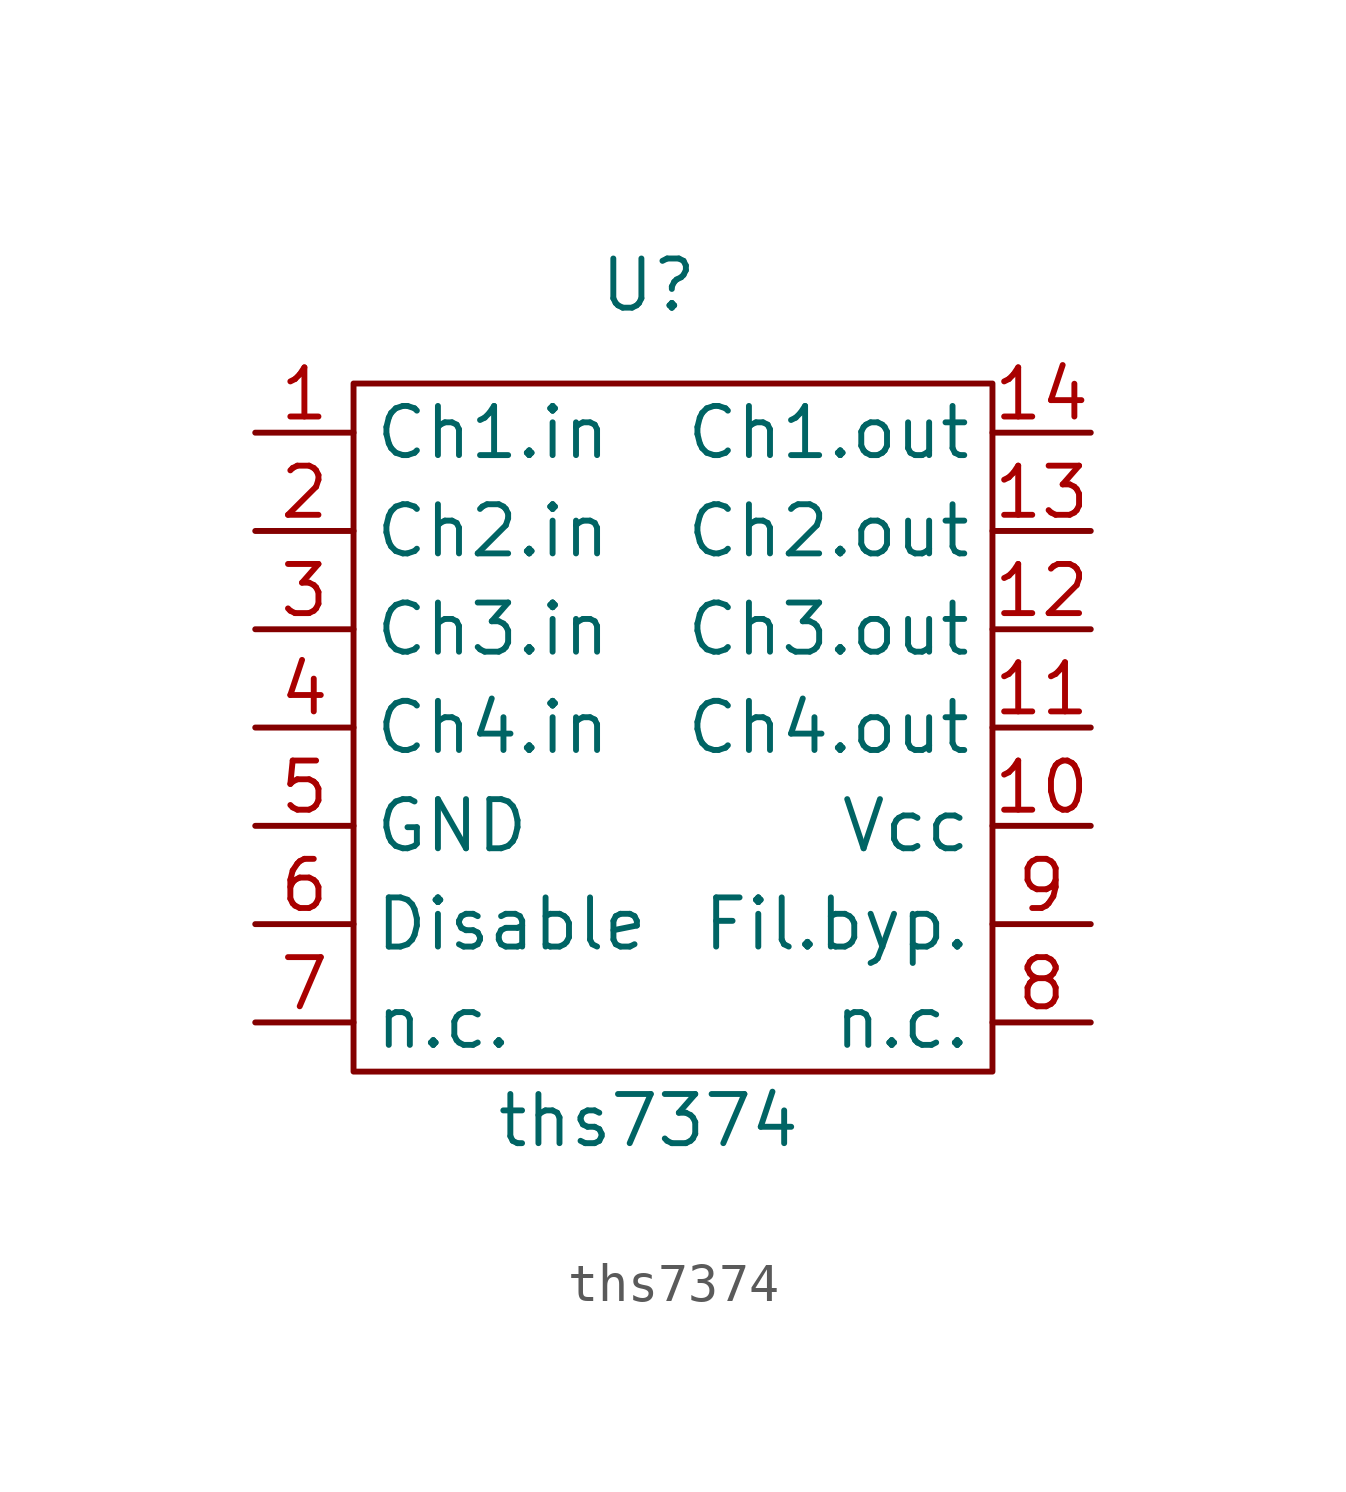
<source format=kicad_sym>
(kicad_symbol_lib
  (version 20211014)
  (generator kicad_symbol_editor)
  (symbol "ths7374"
    (property "Reference" "U"
      (at 0 8.89 0)
      (effects (font (size 1.27 1.27))))
    (property "Value" "ths7374"
      (at 0 -12.7 0)
      (effects (font (size 1.27 1.27))))
    (symbol "ths7374_0_1"
      (rectangle (start -7.62 6.35) (end 8.89 -11.43) (stroke (width 0) (type default) (color 0 0 0 0)) (fill (type none))))
    (symbol "ths7374_1_1"
      (pin input line (at -10.16 5.08 0) (length 2.54) (name "Ch1.in" (effects (font (size 1.27 1.27)))) (number "1" (effects (font (size 1.27 1.27)))))
      (pin input line (at 11.43 -5.08 180) (length 2.54) (name "Vcc" (effects (font (size 1.27 1.27)))) (number "10" (effects (font (size 1.27 1.27)))))
      (pin output line (at 11.43 -2.54 180) (length 2.54) (name "Ch4.out" (effects (font (size 1.27 1.27)))) (number "11" (effects (font (size 1.27 1.27)))))
      (pin output line (at 11.43 0 180) (length 2.54) (name "Ch3.out" (effects (font (size 1.27 1.27)))) (number "12" (effects (font (size 1.27 1.27)))))
      (pin output line (at 11.43 2.54 180) (length 2.54) (name "Ch2.out" (effects (font (size 1.27 1.27)))) (number "13" (effects (font (size 1.27 1.27)))))
      (pin output line (at 11.43 5.08 180) (length 2.54) (name "Ch1.out" (effects (font (size 1.27 1.27)))) (number "14" (effects (font (size 1.27 1.27)))))
      (pin input line (at -10.16 2.54 0) (length 2.54) (name "Ch2.in" (effects (font (size 1.27 1.27)))) (number "2" (effects (font (size 1.27 1.27)))))
      (pin input line (at -10.16 0 0) (length 2.54) (name "Ch3.in" (effects (font (size 1.27 1.27)))) (number "3" (effects (font (size 1.27 1.27)))))
      (pin input line (at -10.16 -2.54 0) (length 2.54) (name "Ch4.in" (effects (font (size 1.27 1.27)))) (number "4" (effects (font (size 1.27 1.27)))))
      (pin input line (at -10.16 -5.08 0) (length 2.54) (name "GND" (effects (font (size 1.27 1.27)))) (number "5" (effects (font (size 1.27 1.27)))))
      (pin input line (at -10.16 -7.62 0) (length 2.54) (name "Disable" (effects (font (size 1.27 1.27)))) (number "6" (effects (font (size 1.27 1.27)))))
      (pin free line (at -10.16 -10.16 0) (length 2.54) (name "n.c." (effects (font (size 1.27 1.27)))) (number "7" (effects (font (size 1.27 1.27)))))
      (pin free line (at 11.43 -10.16 180) (length 2.54) (name "n.c." (effects (font (size 1.27 1.27)))) (number "8" (effects (font (size 1.27 1.27)))))
      (pin input line (at 11.43 -7.62 180) (length 2.54) (name "Fil.byp." (effects (font (size 1.27 1.27)))) (number "9" (effects (font (size 1.27 1.27))))))))
</source>
